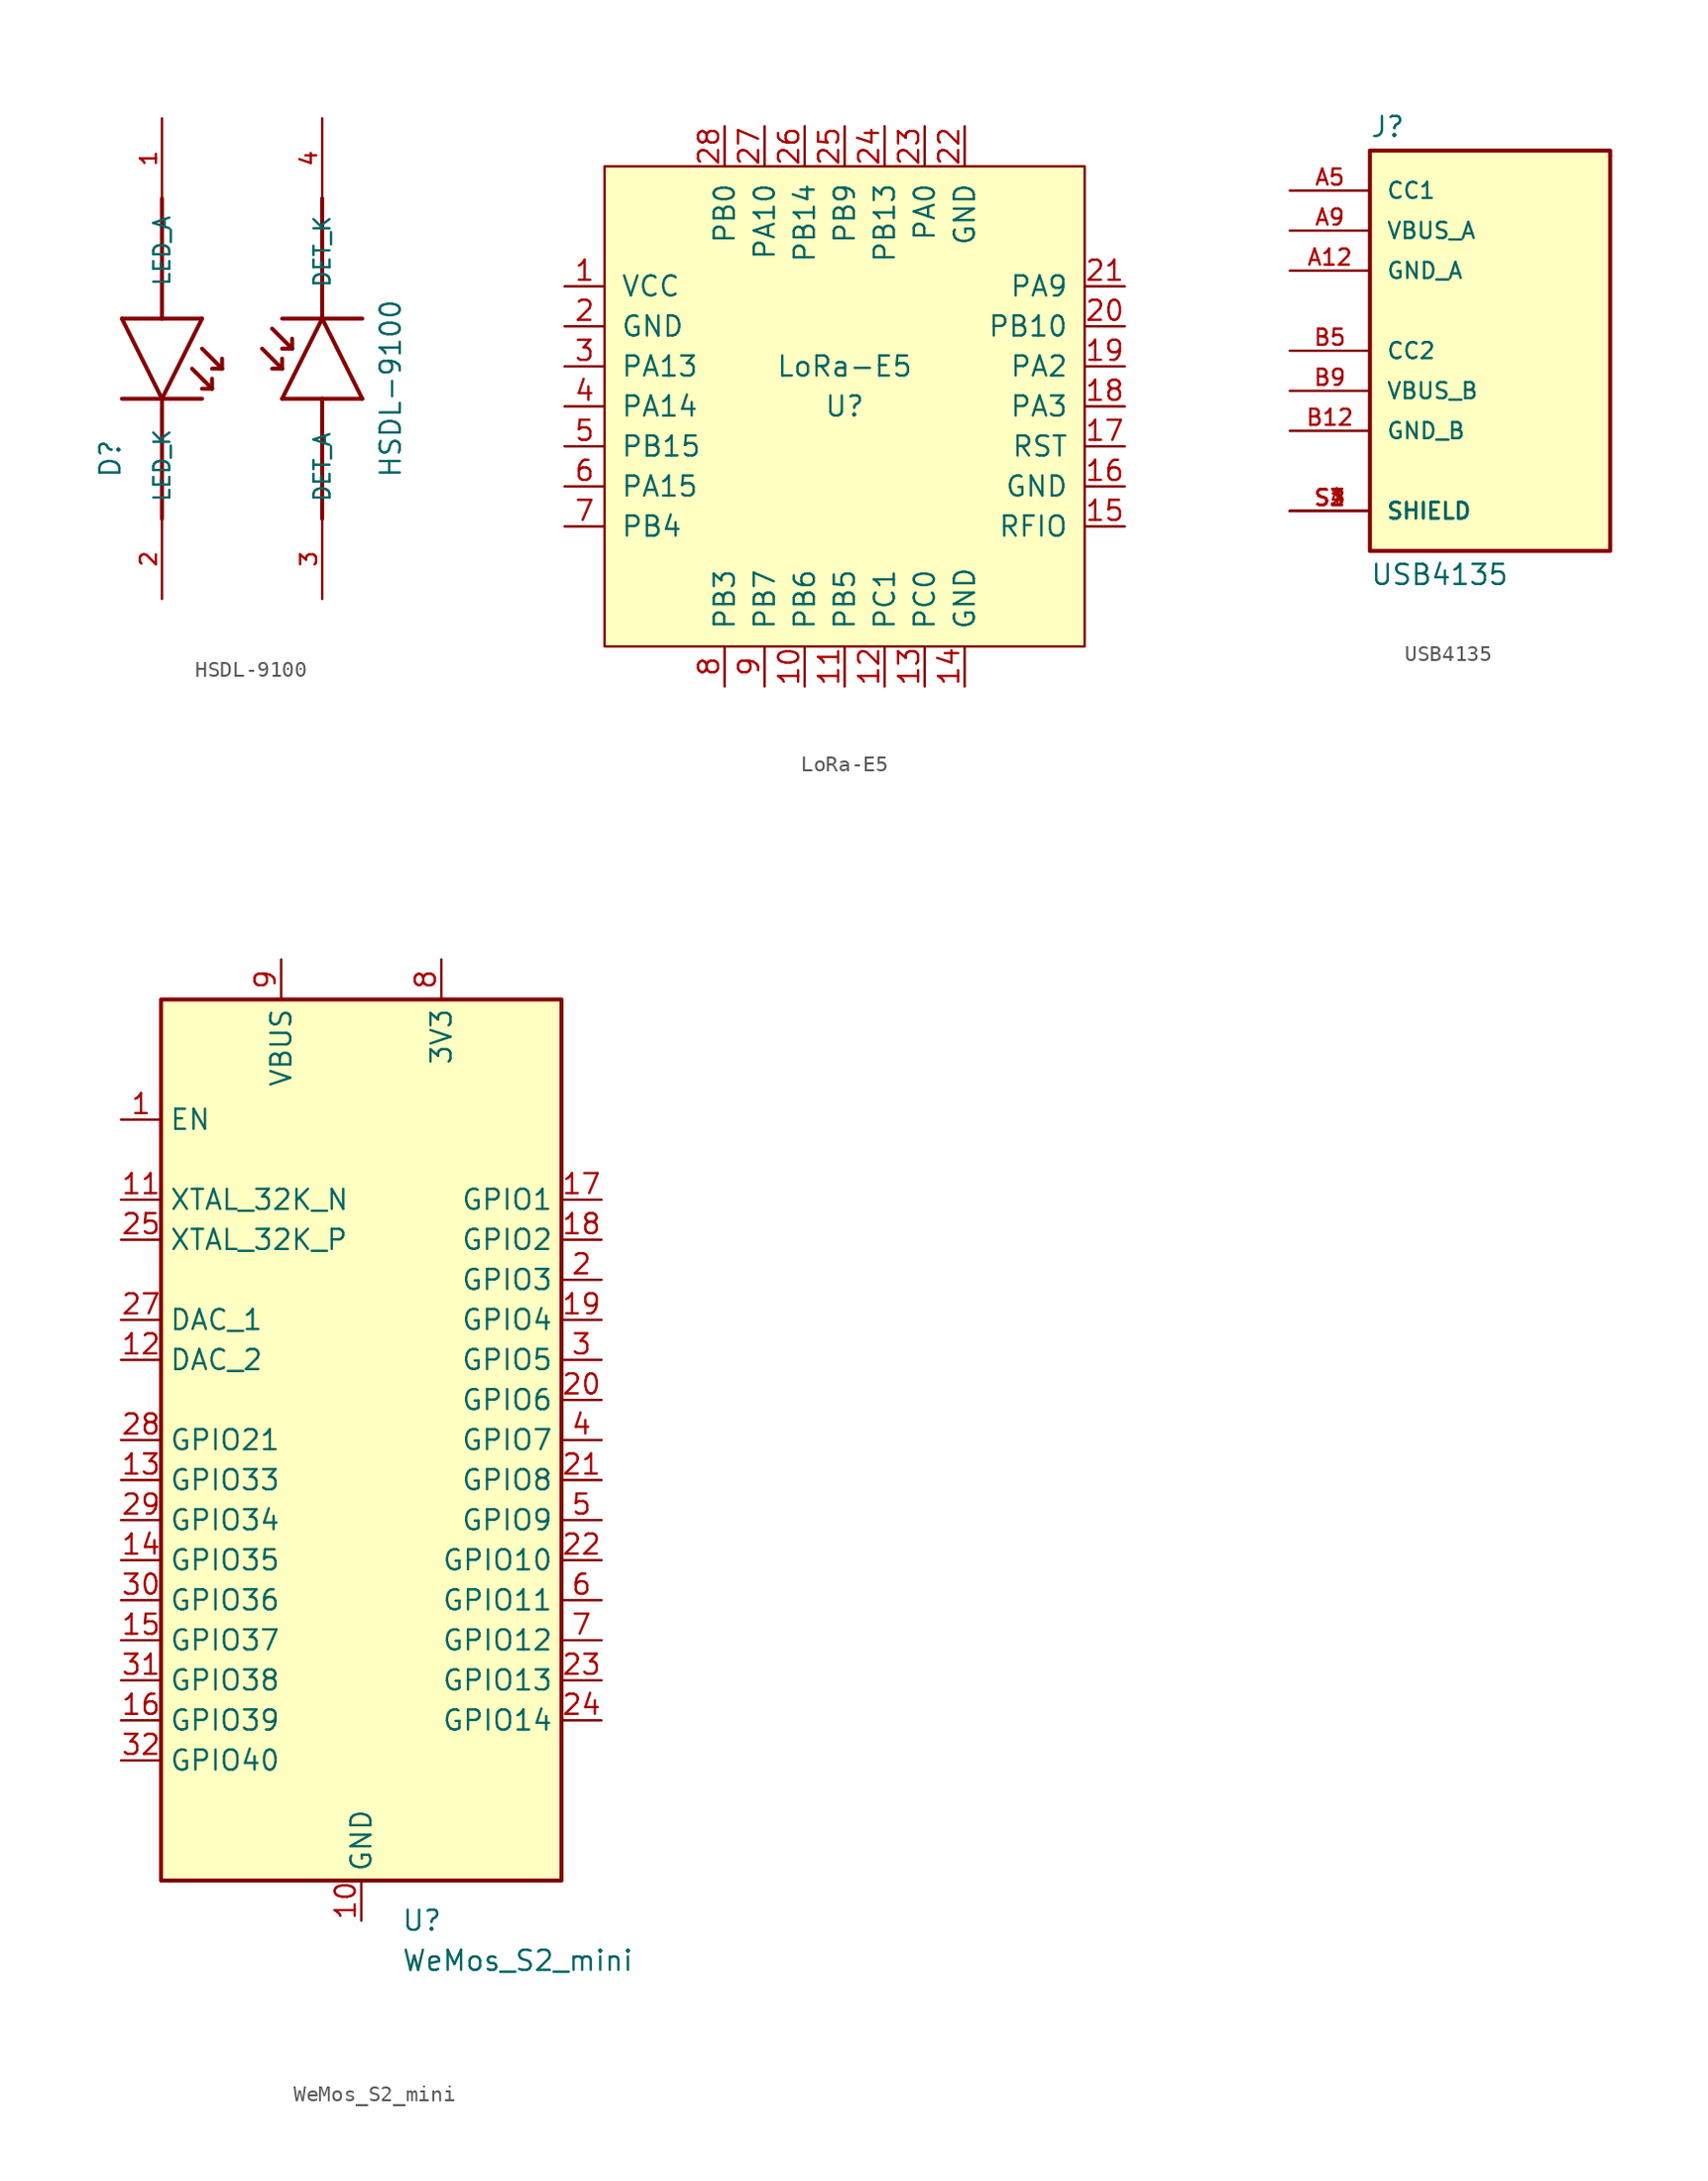
<source format=kicad_sym>
(kicad_symbol_lib
  (version 20231120)
  (generator "kicad_symbol_editor")
  (generator_version "8.0")
  (symbol "HSDL-9100"
    (pin_names
      (offset 1.016))
    (property "Reference" "D"
      (at -7.62 -7.62 90)
      (effects (font (size 1.27 1.27)) (justify left bottom)))
    (property "Value" "HSDL-9100"
      (at 10.16 -7.62 90)
      (effects (font (size 1.27 1.27)) (justify left bottom)))
    (property "ki_locked" ""
      (at 0 0 0)
      (effects (font (size 1.27 1.27))))
    (symbol "HSDL-9100_0_0"
      (polyline (pts (xy -7.62 -2.54) (xy -5.08 -2.54)) (stroke (width 0.254) (type solid)) (fill (type none)))
      (polyline (pts (xy -7.62 2.54) (xy -5.08 2.54)) (stroke (width 0.254) (type solid)) (fill (type none)))
      (polyline (pts (xy -5.08 -2.54) (xy -7.62 2.54)) (stroke (width 0.254) (type solid)) (fill (type none)))
      (polyline (pts (xy -5.08 -2.54) (xy -5.08 -10.16)) (stroke (width 0.254) (type solid)) (fill (type none)))
      (polyline (pts (xy -5.08 -2.54) (xy -2.54 -2.54)) (stroke (width 0.254) (type solid)) (fill (type none)))
      (polyline (pts (xy -5.08 2.54) (xy -5.08 10.16)) (stroke (width 0.254) (type solid)) (fill (type none)))
      (polyline (pts (xy -5.08 2.54) (xy -2.54 2.54)) (stroke (width 0.254) (type solid)) (fill (type none)))
      (polyline (pts (xy -3.175 -0.635) (xy -1.905 -1.905)) (stroke (width 0.254) (type solid)) (fill (type none)))
      (polyline (pts (xy -2.54 0.635) (xy -1.27 -0.635)) (stroke (width 0.254) (type solid)) (fill (type none)))
      (polyline (pts (xy -2.54 2.54) (xy -5.08 -2.54)) (stroke (width 0.254) (type solid)) (fill (type none)))
      (polyline (pts (xy -1.905 -1.905) (xy -2.54 -1.905)) (stroke (width 0.254) (type solid)) (fill (type none)))
      (polyline (pts (xy -1.905 -1.905) (xy -1.905 -1.27)) (stroke (width 0.254) (type solid)) (fill (type none)))
      (polyline (pts (xy -1.27 -0.635) (xy -1.905 -0.635)) (stroke (width 0.254) (type solid)) (fill (type none)))
      (polyline (pts (xy -1.27 -0.635) (xy -1.27 0)) (stroke (width 0.254) (type solid)) (fill (type none)))
      (polyline (pts (xy 1.27 0.635) (xy 2.54 -0.635)) (stroke (width 0.254) (type solid)) (fill (type none)))
      (polyline (pts (xy 1.905 1.905) (xy 3.175 0.635)) (stroke (width 0.254) (type solid)) (fill (type none)))
      (polyline (pts (xy 2.54 -2.54) (xy 5.08 -2.54)) (stroke (width 0.254) (type solid)) (fill (type none)))
      (polyline (pts (xy 2.54 -0.635) (xy 1.905 -0.635)) (stroke (width 0.254) (type solid)) (fill (type none)))
      (polyline (pts (xy 2.54 -0.635) (xy 2.54 0)) (stroke (width 0.254) (type solid)) (fill (type none)))
      (polyline (pts (xy 3.175 0.635) (xy 2.54 0.635)) (stroke (width 0.254) (type solid)) (fill (type none)))
      (polyline (pts (xy 3.175 0.635) (xy 3.175 1.27)) (stroke (width 0.254) (type solid)) (fill (type none)))
      (polyline (pts (xy 5.08 -2.54) (xy 5.08 -10.16)) (stroke (width 0.254) (type solid)) (fill (type none)))
      (polyline (pts (xy 5.08 -2.54) (xy 7.62 -2.54)) (stroke (width 0.254) (type solid)) (fill (type none)))
      (polyline (pts (xy 5.08 2.54) (xy 2.54 -2.54)) (stroke (width 0.254) (type solid)) (fill (type none)))
      (polyline (pts (xy 5.08 2.54) (xy 2.54 2.54)) (stroke (width 0.254) (type solid)) (fill (type none)))
      (polyline (pts (xy 5.08 2.54) (xy 5.08 10.16)) (stroke (width 0.254) (type solid)) (fill (type none)))
      (polyline (pts (xy 7.62 -2.54) (xy 5.08 2.54)) (stroke (width 0.254) (type solid)) (fill (type none)))
      (polyline (pts (xy 7.62 2.54) (xy 5.08 2.54)) (stroke (width 0.254) (type solid)) (fill (type none)))
      (pin passive line (at -5.08 15.24 270) (length 5.08) (name "LED_A" (effects (font (size 1.016 1.016)))) (number "1" (effects (font (size 1.016 1.016)))))
      (pin passive line (at -5.08 -15.24 90) (length 5.08) (name "LED_K" (effects (font (size 1.016 1.016)))) (number "2" (effects (font (size 1.016 1.016)))))
      (pin passive line (at 5.08 -15.24 90) (length 5.08) (name "DET_A" (effects (font (size 1.016 1.016)))) (number "3" (effects (font (size 1.016 1.016)))))
      (pin passive line (at 5.08 15.24 270) (length 5.08) (name "DET_K" (effects (font (size 1.016 1.016)))) (number "4" (effects (font (size 1.016 1.016)))))))
  (symbol "LoRa-E5"
    (pin_names
      (offset 1.016))
    (property "Reference" "U"
      (at 0 0 0)
      (effects (font (size 1.27 1.27))))
    (property "Value" "LoRa-E5"
      (at 0 2.54 0)
      (effects (font (size 1.27 1.27))))
    (symbol "LoRa-E5_0_1"
      (rectangle (start -15.24 15.24) (end 15.24 -15.24) (stroke (width 0) (type solid)) (fill (type background))))
    (symbol "LoRa-E5_1_1"
      (pin input line (at -17.78 7.62 0) (length 2.54) (name "VCC" (effects (font (size 1.27 1.27)))) (number "1" (effects (font (size 1.27 1.27)))))
      (pin input line (at -2.54 -17.78 90) (length 2.54) (name "PB6" (effects (font (size 1.27 1.27)))) (number "10" (effects (font (size 1.27 1.27)))))
      (pin input line (at 0 -17.78 90) (length 2.54) (name "PB5" (effects (font (size 1.27 1.27)))) (number "11" (effects (font (size 1.27 1.27)))))
      (pin input line (at 2.54 -17.78 90) (length 2.54) (name "PC1" (effects (font (size 1.27 1.27)))) (number "12" (effects (font (size 1.27 1.27)))))
      (pin input line (at 5.08 -17.78 90) (length 2.54) (name "PC0" (effects (font (size 1.27 1.27)))) (number "13" (effects (font (size 1.27 1.27)))))
      (pin input line (at 7.62 -17.78 90) (length 2.54) (name "GND" (effects (font (size 1.27 1.27)))) (number "14" (effects (font (size 1.27 1.27)))))
      (pin input line (at 17.78 -7.62 180) (length 2.54) (name "RFIO" (effects (font (size 1.27 1.27)))) (number "15" (effects (font (size 1.27 1.27)))))
      (pin input line (at 17.78 -5.08 180) (length 2.54) (name "GND" (effects (font (size 1.27 1.27)))) (number "16" (effects (font (size 1.27 1.27)))))
      (pin input line (at 17.78 -2.54 180) (length 2.54) (name "RST" (effects (font (size 1.27 1.27)))) (number "17" (effects (font (size 1.27 1.27)))))
      (pin input line (at 17.78 0 180) (length 2.54) (name "PA3" (effects (font (size 1.27 1.27)))) (number "18" (effects (font (size 1.27 1.27)))))
      (pin input line (at 17.78 2.54 180) (length 2.54) (name "PA2" (effects (font (size 1.27 1.27)))) (number "19" (effects (font (size 1.27 1.27)))))
      (pin input line (at -17.78 5.08 0) (length 2.54) (name "GND" (effects (font (size 1.27 1.27)))) (number "2" (effects (font (size 1.27 1.27)))))
      (pin input line (at 17.78 5.08 180) (length 2.54) (name "PB10" (effects (font (size 1.27 1.27)))) (number "20" (effects (font (size 1.27 1.27)))))
      (pin input line (at 17.78 7.62 180) (length 2.54) (name "PA9" (effects (font (size 1.27 1.27)))) (number "21" (effects (font (size 1.27 1.27)))))
      (pin input line (at 7.62 17.78 270) (length 2.54) (name "GND" (effects (font (size 1.27 1.27)))) (number "22" (effects (font (size 1.27 1.27)))))
      (pin input line (at 5.08 17.78 270) (length 2.54) (name "PA0" (effects (font (size 1.27 1.27)))) (number "23" (effects (font (size 1.27 1.27)))))
      (pin input line (at 2.54 17.78 270) (length 2.54) (name "PB13~{}" (effects (font (size 1.27 1.27)))) (number "24" (effects (font (size 1.27 1.27)))))
      (pin input line (at 0 17.78 270) (length 2.54) (name "PB9" (effects (font (size 1.27 1.27)))) (number "25" (effects (font (size 1.27 1.27)))))
      (pin input line (at -2.54 17.78 270) (length 2.54) (name "PB14" (effects (font (size 1.27 1.27)))) (number "26" (effects (font (size 1.27 1.27)))))
      (pin input line (at -5.08 17.78 270) (length 2.54) (name "PA10" (effects (font (size 1.27 1.27)))) (number "27" (effects (font (size 1.27 1.27)))))
      (pin input line (at -7.62 17.78 270) (length 2.54) (name "PB0" (effects (font (size 1.27 1.27)))) (number "28" (effects (font (size 1.27 1.27)))))
      (pin input line (at -17.78 2.54 0) (length 2.54) (name "PA13" (effects (font (size 1.27 1.27)))) (number "3" (effects (font (size 1.27 1.27)))))
      (pin input line (at -17.78 0 0) (length 2.54) (name "PA14" (effects (font (size 1.27 1.27)))) (number "4" (effects (font (size 1.27 1.27)))))
      (pin input line (at -17.78 -2.54 0) (length 2.54) (name "PB15" (effects (font (size 1.27 1.27)))) (number "5" (effects (font (size 1.27 1.27)))))
      (pin input line (at -17.78 -5.08 0) (length 2.54) (name "PA15" (effects (font (size 1.27 1.27)))) (number "6" (effects (font (size 1.27 1.27)))))
      (pin input line (at -17.78 -7.62 0) (length 2.54) (name "PB4" (effects (font (size 1.27 1.27)))) (number "7" (effects (font (size 1.27 1.27)))))
      (pin input line (at -7.62 -17.78 90) (length 2.54) (name "PB3" (effects (font (size 1.27 1.27)))) (number "8" (effects (font (size 1.27 1.27)))))
      (pin input line (at -5.08 -17.78 90) (length 2.54) (name "PB7" (effects (font (size 1.27 1.27)))) (number "9" (effects (font (size 1.27 1.27)))))))
  (symbol "USB4135"
    (pin_names
      (offset 1.016))
    (property "Reference" "J"
      (at -7.62 13.462 0)
      (effects (font (size 1.27 1.27)) (justify left bottom)))
    (property "Value" "USB4135"
      (at -7.62 -13.462 0)
      (effects (font (size 1.27 1.27)) (justify left top)))
    (symbol "USB4135_0_0"
      (rectangle (start -7.62 -12.7) (end 7.62 12.7) (stroke (width 0.254) (type default)) (fill (type background)))
      (pin power_in line (at -12.7 5.08 0) (length 5.08) (name "GND_A" (effects (font (size 1.016 1.016)))) (number "A12" (effects (font (size 1.016 1.016)))))
      (pin bidirectional line (at -12.7 10.16 0) (length 5.08) (name "CC1" (effects (font (size 1.016 1.016)))) (number "A5" (effects (font (size 1.016 1.016)))))
      (pin power_in line (at -12.7 7.62 0) (length 5.08) (name "VBUS_A" (effects (font (size 1.016 1.016)))) (number "A9" (effects (font (size 1.016 1.016)))))
      (pin power_in line (at -12.7 -5.08 0) (length 5.08) (name "GND_B" (effects (font (size 1.016 1.016)))) (number "B12" (effects (font (size 1.016 1.016)))))
      (pin bidirectional line (at -12.7 0 0) (length 5.08) (name "CC2" (effects (font (size 1.016 1.016)))) (number "B5" (effects (font (size 1.016 1.016)))))
      (pin power_in line (at -12.7 -2.54 0) (length 5.08) (name "VBUS_B" (effects (font (size 1.016 1.016)))) (number "B9" (effects (font (size 1.016 1.016)))))
      (pin passive line (at -12.7 -10.16 0) (length 5.08) (name "SHIELD" (effects (font (size 1.016 1.016)))) (number "S1" (effects (font (size 1.016 1.016)))))
      (pin passive line (at -12.7 -10.16 0) (length 5.08) (name "SHIELD" (effects (font (size 1.016 1.016)))) (number "S2" (effects (font (size 1.016 1.016)))))
      (pin passive line (at -12.7 -10.16 0) (length 5.08) (name "SHIELD" (effects (font (size 1.016 1.016)))) (number "S3" (effects (font (size 1.016 1.016)))))
      (pin passive line (at -12.7 -10.16 0) (length 5.08) (name "SHIELD" (effects (font (size 1.016 1.016)))) (number "S4" (effects (font (size 1.016 1.016)))))))
  (symbol "WeMos_S2_mini"
    (property "Reference" "U"
      (at 2.54 -30.48 0)
      (effects (font (size 1.27 1.27)) (justify left)))
    (property "Value" "WeMos_S2_mini"
      (at 2.54 -33.02 0)
      (effects (font (size 1.27 1.27)) (justify left)))
    (symbol "WeMos_S2_mini_1_1"
      (rectangle (start -12.7 27.94) (end 12.7 -27.94) (stroke (width 0.254) (type default)) (fill (type background)))
      (pin input line (at -15.24 20.32 0) (length 2.54) (name "EN" (effects (font (size 1.27 1.27)))) (number "1" (effects (font (size 1.27 1.27)))) (alternate "~{RST}" input line))
      (pin power_in line (at 0 -30.48 90) (length 2.54) (name "GND" (effects (font (size 1.27 1.27)))) (number "10" (effects (font (size 1.27 1.27)))))
      (pin input line (at -15.24 15.24 0) (length 2.54) (name "XTAL_32K_N" (effects (font (size 1.27 1.27)))) (number "11" (effects (font (size 1.27 1.27)))) (alternate "ADC2_CH5" input line) (alternate "GPIO16" bidirectional line) (alternate "U0CTS" input line))
      (pin output line (at -15.24 5.08 0) (length 2.54) (name "DAC_2" (effects (font (size 1.27 1.27)))) (number "12" (effects (font (size 1.27 1.27)))) (alternate "ADC2_CH7" input line) (alternate "CLK_OUT3" tri_state line) (alternate "GPIO18" bidirectional line) (alternate "U1RXD" input line))
      (pin bidirectional line (at -15.24 -2.54 0) (length 2.54) (name "GPIO33" (effects (font (size 1.27 1.27)))) (number "13" (effects (font (size 1.27 1.27)))) (alternate "FSPIHD" bidirectional line) (alternate "SPIIO4" bidirectional line))
      (pin bidirectional line (at -15.24 -7.62 0) (length 2.54) (name "GPIO35" (effects (font (size 1.27 1.27)))) (number "14" (effects (font (size 1.27 1.27)))) (alternate "FSPID" bidirectional line) (alternate "SPIIO6" bidirectional line))
      (pin bidirectional line (at -15.24 -12.7 0) (length 2.54) (name "GPIO37" (effects (font (size 1.27 1.27)))) (number "15" (effects (font (size 1.27 1.27)))) (alternate "FSPIQ" bidirectional line) (alternate "SPIDQS" bidirectional line))
      (pin bidirectional line (at -15.24 -17.78 0) (length 2.54) (name "GPIO39" (effects (font (size 1.27 1.27)))) (number "16" (effects (font (size 1.27 1.27)))) (alternate "CLK_OUT3" tri_state line) (alternate "MTCK" output line))
      (pin bidirectional line (at 15.24 15.24 180) (length 2.54) (name "GPIO1" (effects (font (size 1.27 1.27)))) (number "17" (effects (font (size 1.27 1.27)))) (alternate "ADC1_CH0" input line) (alternate "TOUCH1" input line))
      (pin bidirectional line (at 15.24 12.7 180) (length 2.54) (name "GPIO2" (effects (font (size 1.27 1.27)))) (number "18" (effects (font (size 1.27 1.27)))) (alternate "ADC1_CH1" input line) (alternate "TOUCH2" input line))
      (pin bidirectional line (at 15.24 7.62 180) (length 2.54) (name "GPIO4" (effects (font (size 1.27 1.27)))) (number "19" (effects (font (size 1.27 1.27)))) (alternate "ADC1_CH3" input line) (alternate "TOUCH4" input line))
      (pin bidirectional line (at 15.24 10.16 180) (length 2.54) (name "GPIO3" (effects (font (size 1.27 1.27)))) (number "2" (effects (font (size 1.27 1.27)))) (alternate "ADC1_CH2" input line) (alternate "TOUCH3" input line))
      (pin bidirectional line (at 15.24 2.54 180) (length 2.54) (name "GPIO6" (effects (font (size 1.27 1.27)))) (number "20" (effects (font (size 1.27 1.27)))) (alternate "ADC1_CH5" input line) (alternate "TOUCH6" input line))
      (pin bidirectional line (at 15.24 -2.54 180) (length 2.54) (name "GPIO8" (effects (font (size 1.27 1.27)))) (number "21" (effects (font (size 1.27 1.27)))) (alternate "ADC1_CH7" input line) (alternate "TOUCH8" input line))
      (pin bidirectional line (at 15.24 -7.62 180) (length 2.54) (name "GPIO10" (effects (font (size 1.27 1.27)))) (number "22" (effects (font (size 1.27 1.27)))) (alternate "ADC1_CH9" input line) (alternate "FSPICS0" bidirectional line) (alternate "FSPIIO4" bidirectional line) (alternate "TOUCH10" input line))
      (pin bidirectional line (at 15.24 -15.24 180) (length 2.54) (name "GPIO13" (effects (font (size 1.27 1.27)))) (number "23" (effects (font (size 1.27 1.27)))) (alternate "ADC2_CH2" input line) (alternate "FSPIIO7" bidirectional line) (alternate "FSPIQ" bidirectional line) (alternate "TOUCH13" input line))
      (pin bidirectional line (at 15.24 -17.78 180) (length 2.54) (name "GPIO14" (effects (font (size 1.27 1.27)))) (number "24" (effects (font (size 1.27 1.27)))) (alternate "ADC2_CH3" input line) (alternate "FSPIDQS" bidirectional line) (alternate "FSPIWP" bidirectional line) (alternate "TOUCH14" input line))
      (pin output line (at -15.24 12.7 0) (length 2.54) (name "XTAL_32K_P" (effects (font (size 1.27 1.27)))) (number "25" (effects (font (size 1.27 1.27)))) (alternate "ADC2_CH4" input line) (alternate "GPIO15" bidirectional line) (alternate "U0RTS" output line))
      (pin passive line (at 0 -30.48 90) (length 2.54) hide (name "GND" (effects (font (size 1.27 1.27)))) (number "26" (effects (font (size 1.27 1.27)))))
      (pin output line (at -15.24 7.62 0) (length 2.54) (name "DAC_1" (effects (font (size 1.27 1.27)))) (number "27" (effects (font (size 1.27 1.27)))) (alternate "ADC2_CH6" input line) (alternate "GPIO17" bidirectional line) (alternate "U1TXD" output line))
      (pin bidirectional line (at -15.24 0 0) (length 2.54) (name "GPIO21" (effects (font (size 1.27 1.27)))) (number "28" (effects (font (size 1.27 1.27)))))
      (pin bidirectional line (at -15.24 -5.08 0) (length 2.54) (name "GPIO34" (effects (font (size 1.27 1.27)))) (number "29" (effects (font (size 1.27 1.27)))) (alternate "FSPICS0" bidirectional line) (alternate "SPIIO5" bidirectional line))
      (pin bidirectional line (at 15.24 5.08 180) (length 2.54) (name "GPIO5" (effects (font (size 1.27 1.27)))) (number "3" (effects (font (size 1.27 1.27)))) (alternate "ADC1_CH4" input line) (alternate "TOUCH5" input line))
      (pin bidirectional line (at -15.24 -10.16 0) (length 2.54) (name "GPIO36" (effects (font (size 1.27 1.27)))) (number "30" (effects (font (size 1.27 1.27)))) (alternate "FSPICLK" bidirectional line) (alternate "FSPIIO7" bidirectional line))
      (pin bidirectional line (at -15.24 -15.24 0) (length 2.54) (name "GPIO38" (effects (font (size 1.27 1.27)))) (number "31" (effects (font (size 1.27 1.27)))) (alternate "FSPIWP" bidirectional line))
      (pin bidirectional line (at -15.24 -20.32 0) (length 2.54) (name "GPIO40" (effects (font (size 1.27 1.27)))) (number "32" (effects (font (size 1.27 1.27)))) (alternate "CLK_OUT2" tri_state line) (alternate "MTDO" output line))
      (pin bidirectional line (at 15.24 0 180) (length 2.54) (name "GPIO7" (effects (font (size 1.27 1.27)))) (number "4" (effects (font (size 1.27 1.27)))) (alternate "ADC1_CH6" input line) (alternate "TOUCH7" input line))
      (pin bidirectional line (at 15.24 -5.08 180) (length 2.54) (name "GPIO9" (effects (font (size 1.27 1.27)))) (number "5" (effects (font (size 1.27 1.27)))) (alternate "ADC1_CH8" input line) (alternate "FSPIHD" bidirectional line) (alternate "TOUCH9" input line))
      (pin bidirectional line (at 15.24 -10.16 180) (length 2.54) (name "GPIO11" (effects (font (size 1.27 1.27)))) (number "6" (effects (font (size 1.27 1.27)))) (alternate "ADC2_CH0" input line) (alternate "FSPID" bidirectional line) (alternate "FSPIIO5" bidirectional line) (alternate "TOUCH11" input line))
      (pin bidirectional line (at 15.24 -12.7 180) (length 2.54) (name "GPIO12" (effects (font (size 1.27 1.27)))) (number "7" (effects (font (size 1.27 1.27)))) (alternate "ADC2_CH1" input line) (alternate "FSPICLK" bidirectional line) (alternate "FSPIIO6" bidirectional line) (alternate "TOUCH12" input line))
      (pin power_out line (at 5.08 30.48 270) (length 2.54) (name "3V3" (effects (font (size 1.27 1.27)))) (number "8" (effects (font (size 1.27 1.27)))))
      (pin power_out line (at -5.08 30.48 270) (length 2.54) (name "VBUS" (effects (font (size 1.27 1.27)))) (number "9" (effects (font (size 1.27 1.27))))))))
</source>
